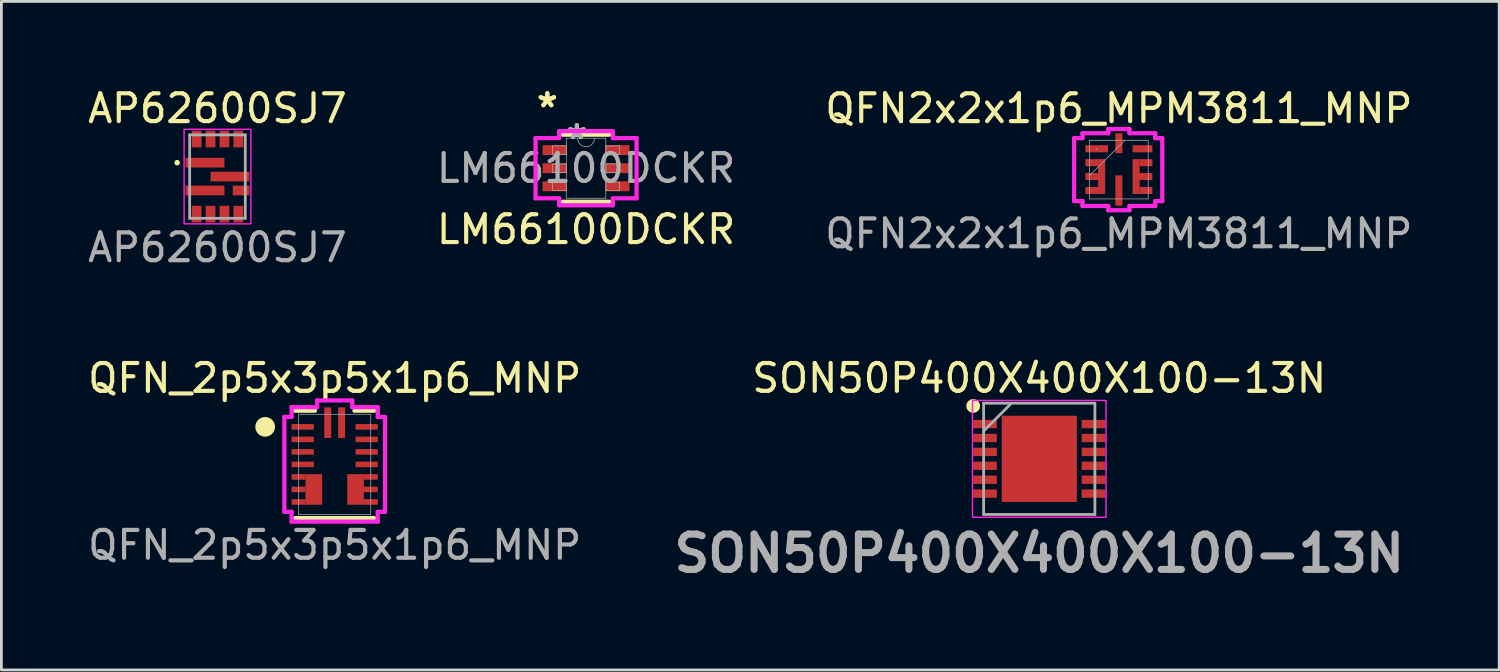
<source format=kicad_pcb>
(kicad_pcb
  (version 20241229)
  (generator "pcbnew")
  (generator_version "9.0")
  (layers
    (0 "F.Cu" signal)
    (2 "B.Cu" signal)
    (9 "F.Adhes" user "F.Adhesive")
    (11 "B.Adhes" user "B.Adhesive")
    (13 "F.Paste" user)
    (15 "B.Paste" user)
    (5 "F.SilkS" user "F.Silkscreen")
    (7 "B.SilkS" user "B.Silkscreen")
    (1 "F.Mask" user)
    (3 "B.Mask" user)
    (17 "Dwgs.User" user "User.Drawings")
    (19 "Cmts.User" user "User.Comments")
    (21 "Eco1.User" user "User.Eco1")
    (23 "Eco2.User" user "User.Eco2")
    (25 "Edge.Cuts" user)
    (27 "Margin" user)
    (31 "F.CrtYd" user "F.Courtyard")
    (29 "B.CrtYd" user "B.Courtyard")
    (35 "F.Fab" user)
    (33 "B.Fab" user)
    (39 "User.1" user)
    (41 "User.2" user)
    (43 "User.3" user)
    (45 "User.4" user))
  (footprint "QFN2x2x1p6_MPM3811_MNP"
    (layer "F.Cu")
    (at 37.173 3.048)
    (property "Reference" "QFN2x2x1p6_MPM3811_MNP" (at 0 -2.2 0) (unlocked yes) (layer "F.SilkS") (effects (font (size 1 1) (thickness 0.15))))
    (attr smd)
    (fp_line (start -1.61 -1.131) (end -1.308 -1.131) (stroke (width 0.152) (type solid)) (layer "F.CrtYd"))
    (fp_line (start -1.61 1.131) (end -1.61 -1.131) (stroke (width 0.152) (type solid)) (layer "F.CrtYd"))
    (fp_line (start -1.308 -1.308) (end -0.381 -1.308) (stroke (width 0.152) (type solid)) (layer "F.CrtYd"))
    (fp_line (start -1.308 -1.131) (end -1.308 -1.308) (stroke (width 0.152) (type solid)) (layer "F.CrtYd"))
    (fp_line (start -1.308 1.131) (end -1.61 1.131) (stroke (width 0.152) (type solid)) (layer "F.CrtYd"))
    (fp_line (start -1.308 1.308) (end -1.308 1.131) (stroke (width 0.152) (type solid)) (layer "F.CrtYd"))
    (fp_line (start -0.381 -1.46) (end 0.381 -1.46) (stroke (width 0.152) (type solid)) (layer "F.CrtYd"))
    (fp_line (start -0.381 -1.308) (end -0.381 -1.46) (stroke (width 0.152) (type solid)) (layer "F.CrtYd"))
    (fp_line (start -0.381 1.308) (end -1.308 1.308) (stroke (width 0.152) (type solid)) (layer "F.CrtYd"))
    (fp_line (start -0.381 1.46) (end -0.381 1.308) (stroke (width 0.152) (type solid)) (layer "F.CrtYd"))
    (fp_line (start 0.381 -1.46) (end 0.381 -1.308) (stroke (width 0.152) (type solid)) (layer "F.CrtYd"))
    (fp_line (start 0.381 -1.308) (end 1.308 -1.308) (stroke (width 0.152) (type solid)) (layer "F.CrtYd"))
    (fp_line (start 0.381 1.308) (end 0.381 1.46) (stroke (width 0.152) (type solid)) (layer "F.CrtYd"))
    (fp_line (start 0.381 1.46) (end -0.381 1.46) (stroke (width 0.152) (type solid)) (layer "F.CrtYd"))
    (fp_line (start 1.308 -1.308) (end 1.308 -1.131) (stroke (width 0.152) (type solid)) (layer "F.CrtYd"))
    (fp_line (start 1.308 -1.131) (end 1.56 -1.131) (stroke (width 0.152) (type solid)) (layer "F.CrtYd"))
    (fp_line (start 1.308 1.131) (end 1.308 1.308) (stroke (width 0.152) (type solid)) (layer "F.CrtYd"))
    (fp_line (start 1.308 1.308) (end 0.381 1.308) (stroke (width 0.152) (type solid)) (layer "F.CrtYd"))
    (fp_line (start 1.56 -1.131) (end 1.56 1.131) (stroke (width 0.152) (type solid)) (layer "F.CrtYd"))
    (fp_line (start 1.56 1.131) (end 1.308 1.131) (stroke (width 0.152) (type solid)) (layer "F.CrtYd"))
    (fp_line (start -1.054 -1.054) (end -1.054 1.054) (stroke (width 0.025) (type solid)) (layer "F.Fab"))
    (fp_line (start -1.054 0.216) (end 0.216 -1.054) (stroke (width 0.025) (type solid)) (layer "F.Fab"))
    (fp_line (start -1.054 1.054) (end 1.054 1.054) (stroke (width 0.025) (type solid)) (layer "F.Fab"))
    (fp_line (start 1.054 -1.054) (end -1.054 -1.054) (stroke (width 0.025) (type solid)) (layer "F.Fab"))
    (fp_line (start 1.054 1.054) (end 1.054 -1.054) (stroke (width 0.025) (type solid)) (layer "F.Fab"))
    (fp_circle (center -0.798 -0.75) (end -0.798 -0.75) (stroke (width 0.025) (type solid)) (fill no) (layer "F.Fab"))
    (fp_text user "${REFERENCE}" (at 0 2.3 0) (unlocked yes) (layer "F.Fab") (effects (font (size 1 1) (thickness 0.15))))
    (pad "1" smd rect (at -0.798 -0.75) (size 0.813 0.254) (layers "F.Cu" "F.Mask" "F.Paste"))
    (pad "2" smd rect (at -0.976 -0.25) (size 0.457 0.254) (layers "F.Cu" "F.Mask" "F.Paste"))
    (pad "3" smd custom (at -0.952 0.25) (size 0.505 0.254) (layers "F.Cu" "F.Mask" "F.Paste") (options (anchor rect)) (primitives (gr_poly (pts (xy 0.205 -0.627) (xy 0.46 -0.627) (xy 0.46 0.627) (xy 0.205 0.627)) (width 0) (fill yes))))
    (pad "4" smd rect (at -0.976 0.75) (size 0.457 0.254) (layers "F.Cu" "F.Mask" "F.Paste"))
    (pad "5" smd rect (at 0 0.75 90) (size 1.092 0.254) (layers "F.Cu" "F.Mask" "F.Paste"))
    (pad "6" smd rect (at 0.976 0.75) (size 0.457 0.254) (layers "F.Cu" "F.Mask" "F.Paste"))
    (pad "7" smd custom (at 0.952 0.25) (size 0.505 0.254) (layers "F.Cu" "F.Mask" "F.Paste") (options (anchor rect)) (primitives (gr_poly (pts (xy -0.205 0.627) (xy -0.46 0.627) (xy -0.46 -0.627) (xy -0.205 -0.627)) (width 0) (fill yes))))
    (pad "8" smd rect (at 0.976 -0.25) (size 0.457 0.254) (layers "F.Cu" "F.Mask" "F.Paste"))
    (pad "9" smd rect (at 0.848 -0.75) (size 0.711 0.254) (layers "F.Cu" "F.Mask" "F.Paste"))
    (pad "10" smd rect (at 0 -0.95 90) (size 0.711 0.254) (layers "F.Cu" "F.Mask" "F.Paste")))
  (footprint "QFN_2p5x3p5x1p6_MNP"
    (layer "F.Cu")
    (at 8.982 13.645)
    (property "Reference" "QFN_2p5x3p5x1p6_MNP" (at 0 -3.1 0) (unlocked yes) (layer "F.SilkS") (effects (font (size 1 1) (thickness 0.15))))
    (attr smd)
    (fp_line (start -1.422 1.93) (end 1.422 1.93) (stroke (width 0.152) (type solid)) (layer "F.SilkS"))
    (fp_line (start -0.71 -1.93) (end -1.422 -1.93) (stroke (width 0.152) (type solid)) (layer "F.SilkS"))
    (fp_line (start 1.422 -1.93) (end 0.71 -1.93) (stroke (width 0.152) (type solid)) (layer "F.SilkS"))
    (fp_circle (center -2.5 -1.35) (end -2.4 -1.35) (stroke (width 0.508) (type solid)) (fill yes) (layer "F.SilkS"))
    (fp_line (start -1.81 -1.706) (end -1.81 1.706) (stroke (width 0.152) (type solid)) (layer "F.CrtYd"))
    (fp_line (start -1.81 1.706) (end -1.549 1.706) (stroke (width 0.152) (type solid)) (layer "F.CrtYd"))
    (fp_line (start -1.549 -2.057) (end -1.549 -1.706) (stroke (width 0.152) (type solid)) (layer "F.CrtYd"))
    (fp_line (start -1.549 -1.706) (end -1.81 -1.706) (stroke (width 0.152) (type solid)) (layer "F.CrtYd"))
    (fp_line (start -1.549 1.706) (end -1.549 2.057) (stroke (width 0.152) (type solid)) (layer "F.CrtYd"))
    (fp_line (start -1.549 2.057) (end 1.549 2.057) (stroke (width 0.152) (type solid)) (layer "F.CrtYd"))
    (fp_line (start -0.631 -2.3) (end -0.631 -2.057) (stroke (width 0.152) (type solid)) (layer "F.CrtYd"))
    (fp_line (start -0.631 -2.057) (end -1.549 -2.057) (stroke (width 0.152) (type solid)) (layer "F.CrtYd"))
    (fp_line (start 0.631 -2.3) (end -0.631 -2.3) (stroke (width 0.152) (type solid)) (layer "F.CrtYd"))
    (fp_line (start 0.631 -2.057) (end 0.631 -2.3) (stroke (width 0.152) (type solid)) (layer "F.CrtYd"))
    (fp_line (start 1.549 -2.057) (end 0.631 -2.057) (stroke (width 0.152) (type solid)) (layer "F.CrtYd"))
    (fp_line (start 1.549 -1.706) (end 1.549 -2.057) (stroke (width 0.152) (type solid)) (layer "F.CrtYd"))
    (fp_line (start 1.549 1.706) (end 1.81 1.706) (stroke (width 0.152) (type solid)) (layer "F.CrtYd"))
    (fp_line (start 1.549 2.057) (end 1.549 1.706) (stroke (width 0.152) (type solid)) (layer "F.CrtYd"))
    (fp_line (start 1.81 -1.706) (end 1.549 -1.706) (stroke (width 0.152) (type solid)) (layer "F.CrtYd"))
    (fp_line (start 1.81 1.706) (end 1.81 -1.706) (stroke (width 0.152) (type solid)) (layer "F.CrtYd"))
    (fp_line (start -1.295 -1.803) (end -1.295 1.803) (stroke (width 0.025) (type solid)) (layer "F.Fab"))
    (fp_line (start -1.295 1.803) (end 1.295 1.803) (stroke (width 0.025) (type solid)) (layer "F.Fab"))
    (fp_line (start 1.295 -1.803) (end -1.295 -1.803) (stroke (width 0.025) (type solid)) (layer "F.Fab"))
    (fp_line (start 1.295 1.803) (end 1.295 -1.803) (stroke (width 0.025) (type solid)) (layer "F.Fab"))
    (fp_text user "${REFERENCE}" (at 0 2.9 0) (unlocked yes) (layer "F.Fab") (effects (font (size 1 1) (thickness 0.15))))
    (pad "1" smd rect (at -1.15 -1.35) (size 0.8 0.2) (layers "F.Cu" "F.Mask" "F.Paste"))
    (pad "2" smd rect (at -1.15 -0.9) (size 0.8 0.2) (layers "F.Cu" "F.Mask" "F.Paste"))
    (pad "3" smd rect (at -1.15 -0.45) (size 0.8 0.2) (layers "F.Cu" "F.Mask" "F.Paste"))
    (pad "4" smd rect (at -1.15 0) (size 0.8 0.2) (layers "F.Cu" "F.Mask" "F.Paste"))
    (pad "5" smd rect (at -1.3 0.45) (size 0.5 0.2) (layers "F.Cu" "F.Mask" "F.Paste"))
    (pad "5" smd rect (at -0.75 0.9 90) (size 1.1 0.6) (layers "F.Cu" "F.Mask" "F.Paste"))
    (pad "6" smd rect (at -1.3 0.9) (size 0.5 0.2) (layers "F.Cu" "F.Mask" "F.Paste"))
    (pad "7" smd rect (at -1.3 1.35) (size 0.5 0.2) (layers "F.Cu" "F.Mask" "F.Paste"))
    (pad "8" smd rect (at 0.75 0.9 90) (size 1.1 0.6) (layers "F.Cu" "F.Mask" "F.Paste"))
    (pad "8" smd rect (at 1.3 1.35) (size 0.5 0.2) (layers "F.Cu" "F.Mask" "F.Paste"))
    (pad "9" smd rect (at 1.3 0.9) (size 0.5 0.2) (layers "F.Cu" "F.Mask" "F.Paste"))
    (pad "10" smd rect (at 1.3 0.45) (size 0.5 0.2) (layers "F.Cu" "F.Mask" "F.Paste"))
    (pad "11" smd rect (at 1.15 0) (size 0.8 0.2) (layers "F.Cu" "F.Mask" "F.Paste"))
    (pad "12" smd rect (at 1.15 -0.45) (size 0.8 0.2) (layers "F.Cu" "F.Mask" "F.Paste"))
    (pad "13" smd rect (at 1.15 -0.9) (size 0.8 0.2) (layers "F.Cu" "F.Mask" "F.Paste"))
    (pad "14" smd rect (at 1.15 -1.35) (size 0.8 0.2) (layers "F.Cu" "F.Mask" "F.Paste"))
    (pad "15" smd rect (at 0.25 -1.5 90) (size 1.1 0.25) (layers "F.Cu" "F.Mask" "F.Paste"))
    (pad "16" smd rect (at -0.25 -1.5 90) (size 1.1 0.25) (layers "F.Cu" "F.Mask" "F.Paste"))
    (zone (net_name "") (layer "F.Cu") (hatch edge 0.5) (connect_pads) (min_thickness 0.25) (filled_areas_thickness no) (keepout (tracks not_allowed) (vias not_allowed) (pads allowed) (copperpour not_allowed) (footprints allowed)) (placement (enabled no)) (fill) (polygon (pts (xy 8.436 13.013) (xy 9.528 13.013) (xy 9.528 13.826) (xy 8.436 13.826)))))
  (footprint "SON50P400X400X100-13N"
    (layer "F.Cu")
    (at 34.311 13.445)
    (property "Reference" "SON50P400X400X100-13N" (at 0 -2.9 0) (layer "F.SilkS") (effects (font (size 1 1) (thickness 0.15))))
    (attr smd)
    (fp_circle (center -2.375 -1.9) (end -2.375 -1.775) (stroke (width 0.25) (type solid)) (fill no) (layer "F.SilkS"))
    (fp_rect (start -2.4 -2.1) (end 2.4 2.1) (stroke (width 0.05) (type default)) (fill no) (layer "F.CrtYd"))
    (fp_line (start -2 -2) (end 2 -2) (stroke (width 0.1) (type solid)) (layer "F.Fab"))
    (fp_line (start -2 -1) (end -1 -2) (stroke (width 0.1) (type solid)) (layer "F.Fab"))
    (fp_line (start -2 2) (end -2 -2) (stroke (width 0.1) (type solid)) (layer "F.Fab"))
    (fp_line (start 2 -2) (end 2 2) (stroke (width 0.1) (type solid)) (layer "F.Fab"))
    (fp_line (start 2 2) (end -2 2) (stroke (width 0.1) (type solid)) (layer "F.Fab"))
    (fp_text user "${REFERENCE}" (at 0 3.4 0) (layer "F.Fab") (effects (font (size 1.27 1.27) (thickness 0.254))))
    (pad "1" smd rect (at -1.95 -1.25 90) (size 0.3 0.85) (layers "F.Cu" "F.Mask" "F.Paste"))
    (pad "2" smd rect (at -1.95 -0.75 90) (size 0.3 0.85) (layers "F.Cu" "F.Mask" "F.Paste"))
    (pad "3" smd rect (at -1.95 -0.25 90) (size 0.3 0.85) (layers "F.Cu" "F.Mask" "F.Paste"))
    (pad "4" smd rect (at -1.95 0.25 90) (size 0.3 0.85) (layers "F.Cu" "F.Mask" "F.Paste"))
    (pad "5" smd rect (at -1.95 0.75 90) (size 0.3 0.85) (layers "F.Cu" "F.Mask" "F.Paste"))
    (pad "6" smd rect (at -1.95 1.25 90) (size 0.3 0.85) (layers "F.Cu" "F.Mask" "F.Paste"))
    (pad "7" smd rect (at 1.95 1.25 90) (size 0.3 0.85) (layers "F.Cu" "F.Mask" "F.Paste"))
    (pad "8" smd rect (at 1.95 0.75 90) (size 0.3 0.85) (layers "F.Cu" "F.Mask" "F.Paste"))
    (pad "9" smd rect (at 1.95 0.25 90) (size 0.3 0.85) (layers "F.Cu" "F.Mask" "F.Paste"))
    (pad "10" smd rect (at 1.95 -0.25 90) (size 0.3 0.85) (layers "F.Cu" "F.Mask" "F.Paste"))
    (pad "11" smd rect (at 1.95 -0.75 90) (size 0.3 0.85) (layers "F.Cu" "F.Mask" "F.Paste"))
    (pad "12" smd rect (at 1.95 -1.25 90) (size 0.3 0.85) (layers "F.Cu" "F.Mask" "F.Paste"))
    (pad "13" smd rect (at 0 0) (size 2.7 3.1) (layers "F.Cu" "F.Mask" "F.Paste")))
  (footprint "AP62600SJ7"
    (layer "F.Cu")
    (at 4.768 3.298)
    (property "Reference" "AP62600SJ7" (at 0 -2.45 0) (layer "F.SilkS") (effects (font (size 1 1) (thickness 0.15))))
    (attr smd)
    (fp_circle (center -1.45 -0.5) (end -1.4 -0.5) (stroke (width 0.1) (type solid)) (fill yes) (layer "F.SilkS"))
    (fp_rect (start -1.2 -1.7) (end 1.2 1.7) (stroke (width 0.05) (type default)) (fill no) (layer "F.CrtYd"))
    (fp_line (start -1 -1.5) (end 1 -1.5) (stroke (width 0.1) (type solid)) (layer "F.Fab"))
    (fp_line (start -1 1.5) (end -1 -1.5) (stroke (width 0.1) (type solid)) (layer "F.Fab"))
    (fp_line (start 1 -1.5) (end 1 1.5) (stroke (width 0.1) (type solid)) (layer "F.Fab"))
    (fp_line (start 1 1.5) (end -1 1.5) (stroke (width 0.1) (type solid)) (layer "F.Fab"))
    (fp_text user "${REFERENCE}" (at 0 2.55 0) (layer "F.Fab") (effects (font (size 1 1) (thickness 0.15))))
    (pad "1" smd rect (at -0.45 -0.5 90) (size 0.35 1.4) (layers "F.Cu" "F.Mask" "F.Paste"))
    (pad "2" smd rect (at -0.45 0.5 90) (size 0.35 1.4) (layers "F.Cu" "F.Mask" "F.Paste"))
    (pad "3" smd rect (at -0.75 1.35) (size 0.35 0.6) (layers "F.Cu" "F.Mask" "F.Paste"))
    (pad "4" smd rect (at -0.25 1.35) (size 0.35 0.6) (layers "F.Cu" "F.Mask" "F.Paste"))
    (pad "5" smd rect (at 0.25 1.35) (size 0.35 0.6) (layers "F.Cu" "F.Mask" "F.Paste"))
    (pad "6" smd rect (at 0.75 1.35) (size 0.35 0.6) (layers "F.Cu" "F.Mask" "F.Paste"))
    (pad "7" smd rect (at 0.85 0.5 90) (size 0.35 0.6) (layers "F.Cu" "F.Mask" "F.Paste"))
    (pad "8" smd rect (at 0.45 0 90) (size 0.35 1.4) (layers "F.Cu" "F.Mask" "F.Paste"))
    (pad "9" smd rect (at 0.75 -1.35) (size 0.35 0.6) (layers "F.Cu" "F.Mask" "F.Paste"))
    (pad "10" smd rect (at 0.25 -1.35) (size 0.35 0.6) (layers "F.Cu" "F.Mask" "F.Paste"))
    (pad "11" smd rect (at -0.25 -1.35) (size 0.35 0.6) (layers "F.Cu" "F.Mask" "F.Paste"))
    (pad "12" smd rect (at -0.75 -1.35) (size 0.35 0.6) (layers "F.Cu" "F.Mask" "F.Paste")))
  (footprint "LM66100DCKR"
    (layer "F.Cu")
    (at 18.018 2.997)
    (property "Reference" "LM66100DCKR" (at 0 2.2 0) (unlocked yes) (layer "F.SilkS") (effects (font (size 1 1) (thickness 0.15))))
    (attr smd)
    (fp_line (start -0.838 1.206) (end 0.838 1.206) (stroke (width 0.152) (type solid)) (layer "F.SilkS"))
    (fp_line (start 0.838 -1.206) (end -0.838 -1.206) (stroke (width 0.152) (type solid)) (layer "F.SilkS"))
    (fp_line (start -1.816 -1.082) (end -0.965 -1.082) (stroke (width 0.152) (type solid)) (layer "F.CrtYd"))
    (fp_line (start -1.816 1.082) (end -1.816 -1.082) (stroke (width 0.152) (type solid)) (layer "F.CrtYd"))
    (fp_line (start -1.816 1.082) (end -0.965 1.082) (stroke (width 0.152) (type solid)) (layer "F.CrtYd"))
    (fp_line (start -0.965 -1.333) (end 0.965 -1.333) (stroke (width 0.152) (type solid)) (layer "F.CrtYd"))
    (fp_line (start -0.965 -1.082) (end -0.965 -1.333) (stroke (width 0.152) (type solid)) (layer "F.CrtYd"))
    (fp_line (start -0.965 1.333) (end -0.965 1.082) (stroke (width 0.152) (type solid)) (layer "F.CrtYd"))
    (fp_line (start 0.965 -1.333) (end 0.965 -1.082) (stroke (width 0.152) (type solid)) (layer "F.CrtYd"))
    (fp_line (start 0.965 1.082) (end 0.965 1.333) (stroke (width 0.152) (type solid)) (layer "F.CrtYd"))
    (fp_line (start 0.965 1.333) (end -0.965 1.333) (stroke (width 0.152) (type solid)) (layer "F.CrtYd"))
    (fp_line (start 1.816 -1.082) (end 0.965 -1.082) (stroke (width 0.152) (type solid)) (layer "F.CrtYd"))
    (fp_line (start 1.816 -1.082) (end 1.816 1.082) (stroke (width 0.152) (type solid)) (layer "F.CrtYd"))
    (fp_line (start 1.816 1.082) (end 0.965 1.082) (stroke (width 0.152) (type solid)) (layer "F.CrtYd"))
    (fp_line (start -1.206 -0.802) (end -1.206 -0.498) (stroke (width 0.025) (type solid)) (layer "F.Fab"))
    (fp_line (start -1.206 -0.498) (end -0.711 -0.498) (stroke (width 0.025) (type solid)) (layer "F.Fab"))
    (fp_line (start -1.206 -0.152) (end -1.206 0.152) (stroke (width 0.025) (type solid)) (layer "F.Fab"))
    (fp_line (start -1.206 0.152) (end -0.711 0.152) (stroke (width 0.025) (type solid)) (layer "F.Fab"))
    (fp_line (start -1.206 0.498) (end -1.206 0.802) (stroke (width 0.025) (type solid)) (layer "F.Fab"))
    (fp_line (start -1.206 0.802) (end -0.711 0.802) (stroke (width 0.025) (type solid)) (layer "F.Fab"))
    (fp_line (start -0.711 -1.079) (end -0.711 1.079) (stroke (width 0.025) (type solid)) (layer "F.Fab"))
    (fp_line (start -0.711 -0.802) (end -1.206 -0.802) (stroke (width 0.025) (type solid)) (layer "F.Fab"))
    (fp_line (start -0.711 -0.498) (end -0.711 -0.802) (stroke (width 0.025) (type solid)) (layer "F.Fab"))
    (fp_line (start -0.711 -0.152) (end -1.206 -0.152) (stroke (width 0.025) (type solid)) (layer "F.Fab"))
    (fp_line (start -0.711 0.152) (end -0.711 -0.152) (stroke (width 0.025) (type solid)) (layer "F.Fab"))
    (fp_line (start -0.711 0.498) (end -1.206 0.498) (stroke (width 0.025) (type solid)) (layer "F.Fab"))
    (fp_line (start -0.711 0.802) (end -0.711 0.498) (stroke (width 0.025) (type solid)) (layer "F.Fab"))
    (fp_line (start -0.711 1.079) (end 0.711 1.079) (stroke (width 0.025) (type solid)) (layer "F.Fab"))
    (fp_line (start 0.711 -1.079) (end -0.711 -1.079) (stroke (width 0.025) (type solid)) (layer "F.Fab"))
    (fp_line (start 0.711 -0.802) (end 0.711 -0.498) (stroke (width 0.025) (type solid)) (layer "F.Fab"))
    (fp_line (start 0.711 -0.498) (end 1.206 -0.498) (stroke (width 0.025) (type solid)) (layer "F.Fab"))
    (fp_line (start 0.711 -0.152) (end 0.711 0.152) (stroke (width 0.025) (type solid)) (layer "F.Fab"))
    (fp_line (start 0.711 0.152) (end 1.206 0.152) (stroke (width 0.025) (type solid)) (layer "F.Fab"))
    (fp_line (start 0.711 0.498) (end 0.711 0.802) (stroke (width 0.025) (type solid)) (layer "F.Fab"))
    (fp_line (start 0.711 0.802) (end 1.206 0.802) (stroke (width 0.025) (type solid)) (layer "F.Fab"))
    (fp_line (start 0.711 1.079) (end 0.711 -1.079) (stroke (width 0.025) (type solid)) (layer "F.Fab"))
    (fp_line (start 1.206 -0.802) (end 0.711 -0.802) (stroke (width 0.025) (type solid)) (layer "F.Fab"))
    (fp_line (start 1.206 -0.498) (end 1.206 -0.802) (stroke (width 0.025) (type solid)) (layer "F.Fab"))
    (fp_line (start 1.206 -0.152) (end 0.711 -0.152) (stroke (width 0.025) (type solid)) (layer "F.Fab"))
    (fp_line (start 1.206 0.152) (end 1.206 -0.152) (stroke (width 0.025) (type solid)) (layer "F.Fab"))
    (fp_line (start 1.206 0.498) (end 0.711 0.498) (stroke (width 0.025) (type solid)) (layer "F.Fab"))
    (fp_line (start 1.206 0.802) (end 1.206 0.498) (stroke (width 0.025) (type solid)) (layer "F.Fab"))
    (fp_arc (start 0.3048 -1.0795) (mid 0 -0.7747) (end -0.3048 -1.0795) (stroke (width 0.0254) (type solid)) (layer "F.Fab"))
    (fp_text user "*" (at -1.391 -2.149 0) (unlocked yes) (layer "F.SilkS") (effects (font (size 1 1) (thickness 0.15))))
    (fp_text user "*" (at -1.391 -2.149 0) (layer "F.SilkS") (effects (font (size 1 1) (thickness 0.15))))
    (fp_text user "${REFERENCE}" (at 0 0 0) (unlocked yes) (layer "F.Fab") (effects (font (size 1 1) (thickness 0.15))))
    (fp_text user "*" (at -0.33 -1.003 0) (unlocked yes) (layer "F.Fab") (effects (font (size 1 1) (thickness 0.15))))
    (fp_text user "*" (at -0.33 -1.003 0) (layer "F.Fab") (effects (font (size 1 1) (thickness 0.15))))
    (pad "1" smd rect (at -1.137 -0.65) (size 0.851 0.356) (layers "F.Cu" "F.Mask" "F.Paste"))
    (pad "2" smd rect (at -1.137 0) (size 0.851 0.356) (layers "F.Cu" "F.Mask" "F.Paste"))
    (pad "3" smd rect (at -1.137 0.65) (size 0.851 0.356) (layers "F.Cu" "F.Mask" "F.Paste"))
    (pad "4" smd rect (at 1.137 0.65) (size 0.851 0.356) (layers "F.Cu" "F.Mask" "F.Paste"))
    (pad "5" smd rect (at 1.137 0) (size 0.851 0.356) (layers "F.Cu" "F.Mask" "F.Paste"))
    (pad "6" smd rect (at 1.137 -0.65) (size 0.851 0.356) (layers "F.Cu" "F.Mask" "F.Paste")))
  (gr_rect
    (start -3 -3)
    (end 50.845 21.033)
    (stroke (width 0.1) (type default))
    (fill no)
    (layer "Edge.Cuts")))
</source>
